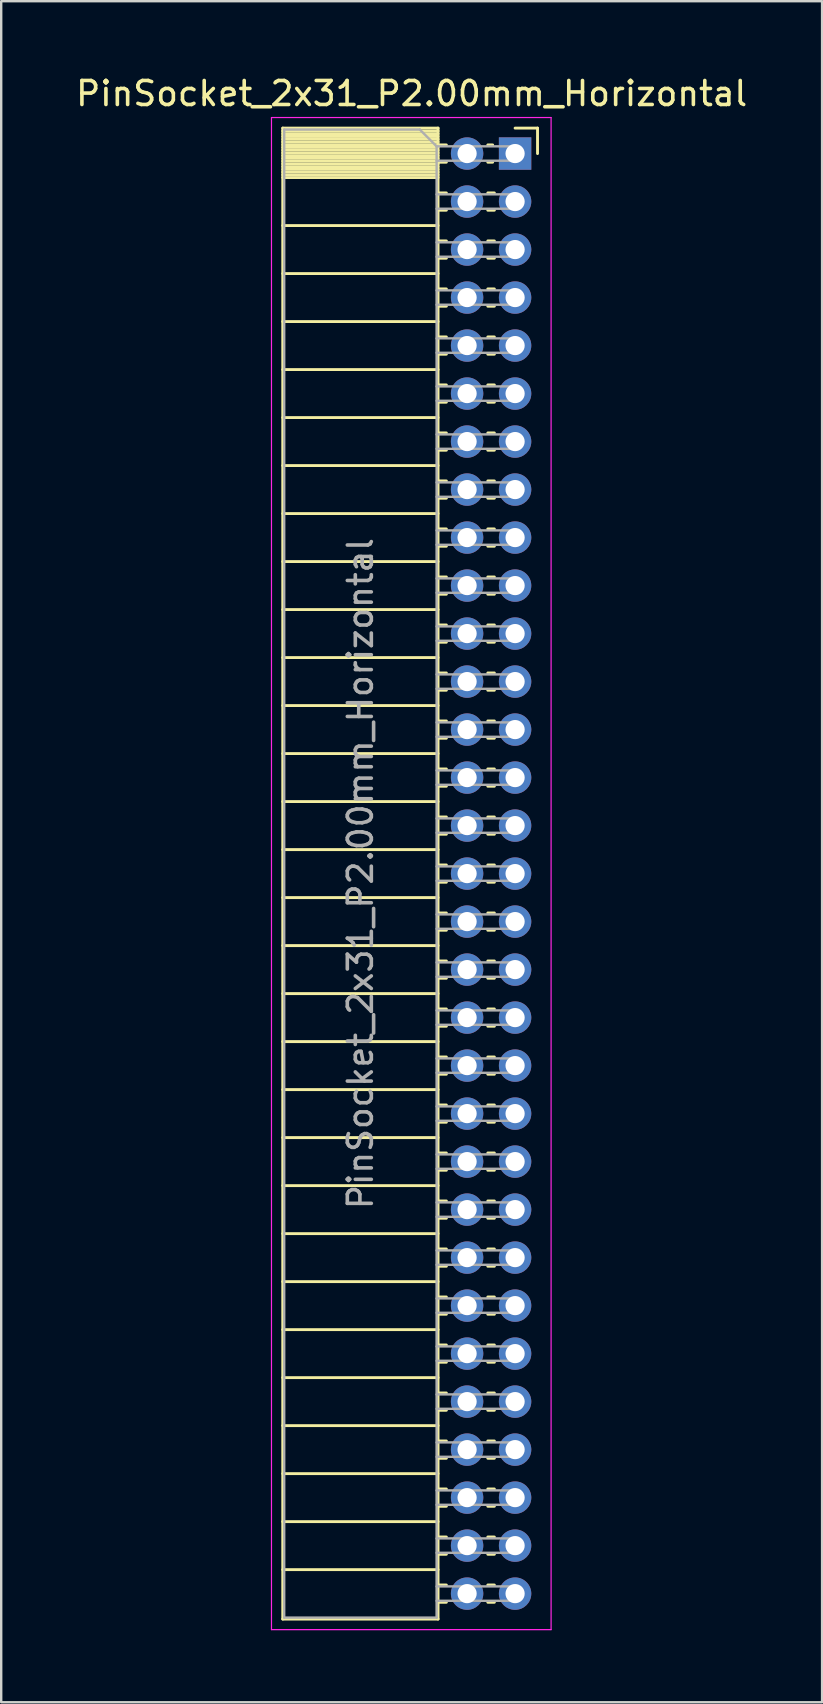
<source format=kicad_pcb>
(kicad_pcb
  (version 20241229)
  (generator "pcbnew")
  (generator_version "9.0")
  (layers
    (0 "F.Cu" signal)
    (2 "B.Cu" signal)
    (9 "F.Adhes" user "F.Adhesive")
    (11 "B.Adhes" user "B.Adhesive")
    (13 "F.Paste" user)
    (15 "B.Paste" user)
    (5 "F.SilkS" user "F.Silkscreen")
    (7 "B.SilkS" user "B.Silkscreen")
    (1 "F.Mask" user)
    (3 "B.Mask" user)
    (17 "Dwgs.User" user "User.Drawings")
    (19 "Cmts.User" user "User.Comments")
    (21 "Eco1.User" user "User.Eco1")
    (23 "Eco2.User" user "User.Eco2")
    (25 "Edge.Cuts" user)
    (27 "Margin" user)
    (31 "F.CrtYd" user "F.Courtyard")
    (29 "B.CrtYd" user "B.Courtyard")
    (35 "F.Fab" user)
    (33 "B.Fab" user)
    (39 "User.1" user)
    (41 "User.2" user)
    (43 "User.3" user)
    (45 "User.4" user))
  (footprint "PinSocket_2x31_P2.00mm_Horizontal"
    (layer "F.Cu")
    (at 18.411 3.348)
    (property "Reference" "PinSocket_2x31_P2.00mm_Horizontal" (at -4.31 -2.5 0) (layer "F.SilkS") (effects (font (size 1 1) (thickness 0.15))))
    (attr through_hole)
    (fp_line (start -9.68 -1.06) (end -9.68 61.06) (stroke (width 0.12) (type solid)) (layer "F.SilkS"))
    (fp_line (start -9.68 -1.06) (end -3.21 -1.06) (stroke (width 0.12) (type solid)) (layer "F.SilkS"))
    (fp_line (start -9.68 -0.94) (end -3.21 -0.94) (stroke (width 0.12) (type solid)) (layer "F.SilkS"))
    (fp_line (start -9.68 -0.826) (end -3.21 -0.826) (stroke (width 0.12) (type solid)) (layer "F.SilkS"))
    (fp_line (start -9.68 -0.712) (end -3.21 -0.712) (stroke (width 0.12) (type solid)) (layer "F.SilkS"))
    (fp_line (start -9.68 -0.598) (end -3.21 -0.598) (stroke (width 0.12) (type solid)) (layer "F.SilkS"))
    (fp_line (start -9.68 -0.484) (end -3.21 -0.484) (stroke (width 0.12) (type solid)) (layer "F.SilkS"))
    (fp_line (start -9.68 -0.369) (end -3.21 -0.369) (stroke (width 0.12) (type solid)) (layer "F.SilkS"))
    (fp_line (start -9.68 -0.255) (end -3.21 -0.255) (stroke (width 0.12) (type solid)) (layer "F.SilkS"))
    (fp_line (start -9.68 -0.141) (end -3.21 -0.141) (stroke (width 0.12) (type solid)) (layer "F.SilkS"))
    (fp_line (start -9.68 -0.027) (end -3.21 -0.027) (stroke (width 0.12) (type solid)) (layer "F.SilkS"))
    (fp_line (start -9.68 0.087) (end -3.21 0.087) (stroke (width 0.12) (type solid)) (layer "F.SilkS"))
    (fp_line (start -9.68 0.201) (end -3.21 0.201) (stroke (width 0.12) (type solid)) (layer "F.SilkS"))
    (fp_line (start -9.68 0.315) (end -3.21 0.315) (stroke (width 0.12) (type solid)) (layer "F.SilkS"))
    (fp_line (start -9.68 0.429) (end -3.21 0.429) (stroke (width 0.12) (type solid)) (layer "F.SilkS"))
    (fp_line (start -9.68 0.544) (end -3.21 0.544) (stroke (width 0.12) (type solid)) (layer "F.SilkS"))
    (fp_line (start -9.68 0.658) (end -3.21 0.658) (stroke (width 0.12) (type solid)) (layer "F.SilkS"))
    (fp_line (start -9.68 0.772) (end -3.21 0.772) (stroke (width 0.12) (type solid)) (layer "F.SilkS"))
    (fp_line (start -9.68 0.886) (end -3.21 0.886) (stroke (width 0.12) (type solid)) (layer "F.SilkS"))
    (fp_line (start -9.68 1) (end -3.21 1) (stroke (width 0.12) (type solid)) (layer "F.SilkS"))
    (fp_line (start -9.68 3) (end -3.21 3) (stroke (width 0.12) (type solid)) (layer "F.SilkS"))
    (fp_line (start -9.68 5) (end -3.21 5) (stroke (width 0.12) (type solid)) (layer "F.SilkS"))
    (fp_line (start -9.68 7) (end -3.21 7) (stroke (width 0.12) (type solid)) (layer "F.SilkS"))
    (fp_line (start -9.68 9) (end -3.21 9) (stroke (width 0.12) (type solid)) (layer "F.SilkS"))
    (fp_line (start -9.68 11) (end -3.21 11) (stroke (width 0.12) (type solid)) (layer "F.SilkS"))
    (fp_line (start -9.68 13) (end -3.21 13) (stroke (width 0.12) (type solid)) (layer "F.SilkS"))
    (fp_line (start -9.68 15) (end -3.21 15) (stroke (width 0.12) (type solid)) (layer "F.SilkS"))
    (fp_line (start -9.68 17) (end -3.21 17) (stroke (width 0.12) (type solid)) (layer "F.SilkS"))
    (fp_line (start -9.68 19) (end -3.21 19) (stroke (width 0.12) (type solid)) (layer "F.SilkS"))
    (fp_line (start -9.68 21) (end -3.21 21) (stroke (width 0.12) (type solid)) (layer "F.SilkS"))
    (fp_line (start -9.68 23) (end -3.21 23) (stroke (width 0.12) (type solid)) (layer "F.SilkS"))
    (fp_line (start -9.68 25) (end -3.21 25) (stroke (width 0.12) (type solid)) (layer "F.SilkS"))
    (fp_line (start -9.68 27) (end -3.21 27) (stroke (width 0.12) (type solid)) (layer "F.SilkS"))
    (fp_line (start -9.68 29) (end -3.21 29) (stroke (width 0.12) (type solid)) (layer "F.SilkS"))
    (fp_line (start -9.68 31) (end -3.21 31) (stroke (width 0.12) (type solid)) (layer "F.SilkS"))
    (fp_line (start -9.68 33) (end -3.21 33) (stroke (width 0.12) (type solid)) (layer "F.SilkS"))
    (fp_line (start -9.68 35) (end -3.21 35) (stroke (width 0.12) (type solid)) (layer "F.SilkS"))
    (fp_line (start -9.68 37) (end -3.21 37) (stroke (width 0.12) (type solid)) (layer "F.SilkS"))
    (fp_line (start -9.68 39) (end -3.21 39) (stroke (width 0.12) (type solid)) (layer "F.SilkS"))
    (fp_line (start -9.68 41) (end -3.21 41) (stroke (width 0.12) (type solid)) (layer "F.SilkS"))
    (fp_line (start -9.68 43) (end -3.21 43) (stroke (width 0.12) (type solid)) (layer "F.SilkS"))
    (fp_line (start -9.68 45) (end -3.21 45) (stroke (width 0.12) (type solid)) (layer "F.SilkS"))
    (fp_line (start -9.68 47) (end -3.21 47) (stroke (width 0.12) (type solid)) (layer "F.SilkS"))
    (fp_line (start -9.68 49) (end -3.21 49) (stroke (width 0.12) (type solid)) (layer "F.SilkS"))
    (fp_line (start -9.68 51) (end -3.21 51) (stroke (width 0.12) (type solid)) (layer "F.SilkS"))
    (fp_line (start -9.68 53) (end -3.21 53) (stroke (width 0.12) (type solid)) (layer "F.SilkS"))
    (fp_line (start -9.68 55) (end -3.21 55) (stroke (width 0.12) (type solid)) (layer "F.SilkS"))
    (fp_line (start -9.68 57) (end -3.21 57) (stroke (width 0.12) (type solid)) (layer "F.SilkS"))
    (fp_line (start -9.68 59) (end -3.21 59) (stroke (width 0.12) (type solid)) (layer "F.SilkS"))
    (fp_line (start -9.68 61.06) (end -3.21 61.06) (stroke (width 0.12) (type solid)) (layer "F.SilkS"))
    (fp_line (start -3.21 -1.06) (end -3.21 61.06) (stroke (width 0.12) (type solid)) (layer "F.SilkS"))
    (fp_line (start -3.21 -0.36) (end -2.863 -0.36) (stroke (width 0.12) (type solid)) (layer "F.SilkS"))
    (fp_line (start -3.21 0.36) (end -2.863 0.36) (stroke (width 0.12) (type solid)) (layer "F.SilkS"))
    (fp_line (start -3.21 1.64) (end -2.863 1.64) (stroke (width 0.12) (type solid)) (layer "F.SilkS"))
    (fp_line (start -3.21 2.36) (end -2.863 2.36) (stroke (width 0.12) (type solid)) (layer "F.SilkS"))
    (fp_line (start -3.21 3.64) (end -2.863 3.64) (stroke (width 0.12) (type solid)) (layer "F.SilkS"))
    (fp_line (start -3.21 4.36) (end -2.863 4.36) (stroke (width 0.12) (type solid)) (layer "F.SilkS"))
    (fp_line (start -3.21 5.64) (end -2.863 5.64) (stroke (width 0.12) (type solid)) (layer "F.SilkS"))
    (fp_line (start -3.21 6.36) (end -2.863 6.36) (stroke (width 0.12) (type solid)) (layer "F.SilkS"))
    (fp_line (start -3.21 7.64) (end -2.863 7.64) (stroke (width 0.12) (type solid)) (layer "F.SilkS"))
    (fp_line (start -3.21 8.36) (end -2.863 8.36) (stroke (width 0.12) (type solid)) (layer "F.SilkS"))
    (fp_line (start -3.21 9.64) (end -2.863 9.64) (stroke (width 0.12) (type solid)) (layer "F.SilkS"))
    (fp_line (start -3.21 10.36) (end -2.863 10.36) (stroke (width 0.12) (type solid)) (layer "F.SilkS"))
    (fp_line (start -3.21 11.64) (end -2.863 11.64) (stroke (width 0.12) (type solid)) (layer "F.SilkS"))
    (fp_line (start -3.21 12.36) (end -2.863 12.36) (stroke (width 0.12) (type solid)) (layer "F.SilkS"))
    (fp_line (start -3.21 13.64) (end -2.863 13.64) (stroke (width 0.12) (type solid)) (layer "F.SilkS"))
    (fp_line (start -3.21 14.36) (end -2.863 14.36) (stroke (width 0.12) (type solid)) (layer "F.SilkS"))
    (fp_line (start -3.21 15.64) (end -2.863 15.64) (stroke (width 0.12) (type solid)) (layer "F.SilkS"))
    (fp_line (start -3.21 16.36) (end -2.863 16.36) (stroke (width 0.12) (type solid)) (layer "F.SilkS"))
    (fp_line (start -3.21 17.64) (end -2.863 17.64) (stroke (width 0.12) (type solid)) (layer "F.SilkS"))
    (fp_line (start -3.21 18.36) (end -2.863 18.36) (stroke (width 0.12) (type solid)) (layer "F.SilkS"))
    (fp_line (start -3.21 19.64) (end -2.863 19.64) (stroke (width 0.12) (type solid)) (layer "F.SilkS"))
    (fp_line (start -3.21 20.36) (end -2.863 20.36) (stroke (width 0.12) (type solid)) (layer "F.SilkS"))
    (fp_line (start -3.21 21.64) (end -2.863 21.64) (stroke (width 0.12) (type solid)) (layer "F.SilkS"))
    (fp_line (start -3.21 22.36) (end -2.863 22.36) (stroke (width 0.12) (type solid)) (layer "F.SilkS"))
    (fp_line (start -3.21 23.64) (end -2.863 23.64) (stroke (width 0.12) (type solid)) (layer "F.SilkS"))
    (fp_line (start -3.21 24.36) (end -2.863 24.36) (stroke (width 0.12) (type solid)) (layer "F.SilkS"))
    (fp_line (start -3.21 25.64) (end -2.863 25.64) (stroke (width 0.12) (type solid)) (layer "F.SilkS"))
    (fp_line (start -3.21 26.36) (end -2.863 26.36) (stroke (width 0.12) (type solid)) (layer "F.SilkS"))
    (fp_line (start -3.21 27.64) (end -2.863 27.64) (stroke (width 0.12) (type solid)) (layer "F.SilkS"))
    (fp_line (start -3.21 28.36) (end -2.863 28.36) (stroke (width 0.12) (type solid)) (layer "F.SilkS"))
    (fp_line (start -3.21 29.64) (end -2.863 29.64) (stroke (width 0.12) (type solid)) (layer "F.SilkS"))
    (fp_line (start -3.21 30.36) (end -2.863 30.36) (stroke (width 0.12) (type solid)) (layer "F.SilkS"))
    (fp_line (start -3.21 31.64) (end -2.863 31.64) (stroke (width 0.12) (type solid)) (layer "F.SilkS"))
    (fp_line (start -3.21 32.36) (end -2.863 32.36) (stroke (width 0.12) (type solid)) (layer "F.SilkS"))
    (fp_line (start -3.21 33.64) (end -2.863 33.64) (stroke (width 0.12) (type solid)) (layer "F.SilkS"))
    (fp_line (start -3.21 34.36) (end -2.863 34.36) (stroke (width 0.12) (type solid)) (layer "F.SilkS"))
    (fp_line (start -3.21 35.64) (end -2.863 35.64) (stroke (width 0.12) (type solid)) (layer "F.SilkS"))
    (fp_line (start -3.21 36.36) (end -2.863 36.36) (stroke (width 0.12) (type solid)) (layer "F.SilkS"))
    (fp_line (start -3.21 37.64) (end -2.863 37.64) (stroke (width 0.12) (type solid)) (layer "F.SilkS"))
    (fp_line (start -3.21 38.36) (end -2.863 38.36) (stroke (width 0.12) (type solid)) (layer "F.SilkS"))
    (fp_line (start -3.21 39.64) (end -2.863 39.64) (stroke (width 0.12) (type solid)) (layer "F.SilkS"))
    (fp_line (start -3.21 40.36) (end -2.863 40.36) (stroke (width 0.12) (type solid)) (layer "F.SilkS"))
    (fp_line (start -3.21 41.64) (end -2.863 41.64) (stroke (width 0.12) (type solid)) (layer "F.SilkS"))
    (fp_line (start -3.21 42.36) (end -2.863 42.36) (stroke (width 0.12) (type solid)) (layer "F.SilkS"))
    (fp_line (start -3.21 43.64) (end -2.863 43.64) (stroke (width 0.12) (type solid)) (layer "F.SilkS"))
    (fp_line (start -3.21 44.36) (end -2.863 44.36) (stroke (width 0.12) (type solid)) (layer "F.SilkS"))
    (fp_line (start -3.21 45.64) (end -2.863 45.64) (stroke (width 0.12) (type solid)) (layer "F.SilkS"))
    (fp_line (start -3.21 46.36) (end -2.863 46.36) (stroke (width 0.12) (type solid)) (layer "F.SilkS"))
    (fp_line (start -3.21 47.64) (end -2.863 47.64) (stroke (width 0.12) (type solid)) (layer "F.SilkS"))
    (fp_line (start -3.21 48.36) (end -2.863 48.36) (stroke (width 0.12) (type solid)) (layer "F.SilkS"))
    (fp_line (start -3.21 49.64) (end -2.863 49.64) (stroke (width 0.12) (type solid)) (layer "F.SilkS"))
    (fp_line (start -3.21 50.36) (end -2.863 50.36) (stroke (width 0.12) (type solid)) (layer "F.SilkS"))
    (fp_line (start -3.21 51.64) (end -2.863 51.64) (stroke (width 0.12) (type solid)) (layer "F.SilkS"))
    (fp_line (start -3.21 52.36) (end -2.863 52.36) (stroke (width 0.12) (type solid)) (layer "F.SilkS"))
    (fp_line (start -3.21 53.64) (end -2.863 53.64) (stroke (width 0.12) (type solid)) (layer "F.SilkS"))
    (fp_line (start -3.21 54.36) (end -2.863 54.36) (stroke (width 0.12) (type solid)) (layer "F.SilkS"))
    (fp_line (start -3.21 55.64) (end -2.863 55.64) (stroke (width 0.12) (type solid)) (layer "F.SilkS"))
    (fp_line (start -3.21 56.36) (end -2.863 56.36) (stroke (width 0.12) (type solid)) (layer "F.SilkS"))
    (fp_line (start -3.21 57.64) (end -2.863 57.64) (stroke (width 0.12) (type solid)) (layer "F.SilkS"))
    (fp_line (start -3.21 58.36) (end -2.863 58.36) (stroke (width 0.12) (type solid)) (layer "F.SilkS"))
    (fp_line (start -3.21 59.64) (end -2.863 59.64) (stroke (width 0.12) (type solid)) (layer "F.SilkS"))
    (fp_line (start -3.21 60.36) (end -2.863 60.36) (stroke (width 0.12) (type solid)) (layer "F.SilkS"))
    (fp_line (start -1.137 -0.36) (end -0.935 -0.36) (stroke (width 0.12) (type solid)) (layer "F.SilkS"))
    (fp_line (start -1.137 0.36) (end -0.935 0.36) (stroke (width 0.12) (type solid)) (layer "F.SilkS"))
    (fp_line (start -1.137 1.64) (end -0.863 1.64) (stroke (width 0.12) (type solid)) (layer "F.SilkS"))
    (fp_line (start -1.137 2.36) (end -0.863 2.36) (stroke (width 0.12) (type solid)) (layer "F.SilkS"))
    (fp_line (start -1.137 3.64) (end -0.863 3.64) (stroke (width 0.12) (type solid)) (layer "F.SilkS"))
    (fp_line (start -1.137 4.36) (end -0.863 4.36) (stroke (width 0.12) (type solid)) (layer "F.SilkS"))
    (fp_line (start -1.137 5.64) (end -0.863 5.64) (stroke (width 0.12) (type solid)) (layer "F.SilkS"))
    (fp_line (start -1.137 6.36) (end -0.863 6.36) (stroke (width 0.12) (type solid)) (layer "F.SilkS"))
    (fp_line (start -1.137 7.64) (end -0.863 7.64) (stroke (width 0.12) (type solid)) (layer "F.SilkS"))
    (fp_line (start -1.137 8.36) (end -0.863 8.36) (stroke (width 0.12) (type solid)) (layer "F.SilkS"))
    (fp_line (start -1.137 9.64) (end -0.863 9.64) (stroke (width 0.12) (type solid)) (layer "F.SilkS"))
    (fp_line (start -1.137 10.36) (end -0.863 10.36) (stroke (width 0.12) (type solid)) (layer "F.SilkS"))
    (fp_line (start -1.137 11.64) (end -0.863 11.64) (stroke (width 0.12) (type solid)) (layer "F.SilkS"))
    (fp_line (start -1.137 12.36) (end -0.863 12.36) (stroke (width 0.12) (type solid)) (layer "F.SilkS"))
    (fp_line (start -1.137 13.64) (end -0.863 13.64) (stroke (width 0.12) (type solid)) (layer "F.SilkS"))
    (fp_line (start -1.137 14.36) (end -0.863 14.36) (stroke (width 0.12) (type solid)) (layer "F.SilkS"))
    (fp_line (start -1.137 15.64) (end -0.863 15.64) (stroke (width 0.12) (type solid)) (layer "F.SilkS"))
    (fp_line (start -1.137 16.36) (end -0.863 16.36) (stroke (width 0.12) (type solid)) (layer "F.SilkS"))
    (fp_line (start -1.137 17.64) (end -0.863 17.64) (stroke (width 0.12) (type solid)) (layer "F.SilkS"))
    (fp_line (start -1.137 18.36) (end -0.863 18.36) (stroke (width 0.12) (type solid)) (layer "F.SilkS"))
    (fp_line (start -1.137 19.64) (end -0.863 19.64) (stroke (width 0.12) (type solid)) (layer "F.SilkS"))
    (fp_line (start -1.137 20.36) (end -0.863 20.36) (stroke (width 0.12) (type solid)) (layer "F.SilkS"))
    (fp_line (start -1.137 21.64) (end -0.863 21.64) (stroke (width 0.12) (type solid)) (layer "F.SilkS"))
    (fp_line (start -1.137 22.36) (end -0.863 22.36) (stroke (width 0.12) (type solid)) (layer "F.SilkS"))
    (fp_line (start -1.137 23.64) (end -0.863 23.64) (stroke (width 0.12) (type solid)) (layer "F.SilkS"))
    (fp_line (start -1.137 24.36) (end -0.863 24.36) (stroke (width 0.12) (type solid)) (layer "F.SilkS"))
    (fp_line (start -1.137 25.64) (end -0.863 25.64) (stroke (width 0.12) (type solid)) (layer "F.SilkS"))
    (fp_line (start -1.137 26.36) (end -0.863 26.36) (stroke (width 0.12) (type solid)) (layer "F.SilkS"))
    (fp_line (start -1.137 27.64) (end -0.863 27.64) (stroke (width 0.12) (type solid)) (layer "F.SilkS"))
    (fp_line (start -1.137 28.36) (end -0.863 28.36) (stroke (width 0.12) (type solid)) (layer "F.SilkS"))
    (fp_line (start -1.137 29.64) (end -0.863 29.64) (stroke (width 0.12) (type solid)) (layer "F.SilkS"))
    (fp_line (start -1.137 30.36) (end -0.863 30.36) (stroke (width 0.12) (type solid)) (layer "F.SilkS"))
    (fp_line (start -1.137 31.64) (end -0.863 31.64) (stroke (width 0.12) (type solid)) (layer "F.SilkS"))
    (fp_line (start -1.137 32.36) (end -0.863 32.36) (stroke (width 0.12) (type solid)) (layer "F.SilkS"))
    (fp_line (start -1.137 33.64) (end -0.863 33.64) (stroke (width 0.12) (type solid)) (layer "F.SilkS"))
    (fp_line (start -1.137 34.36) (end -0.863 34.36) (stroke (width 0.12) (type solid)) (layer "F.SilkS"))
    (fp_line (start -1.137 35.64) (end -0.863 35.64) (stroke (width 0.12) (type solid)) (layer "F.SilkS"))
    (fp_line (start -1.137 36.36) (end -0.863 36.36) (stroke (width 0.12) (type solid)) (layer "F.SilkS"))
    (fp_line (start -1.137 37.64) (end -0.863 37.64) (stroke (width 0.12) (type solid)) (layer "F.SilkS"))
    (fp_line (start -1.137 38.36) (end -0.863 38.36) (stroke (width 0.12) (type solid)) (layer "F.SilkS"))
    (fp_line (start -1.137 39.64) (end -0.863 39.64) (stroke (width 0.12) (type solid)) (layer "F.SilkS"))
    (fp_line (start -1.137 40.36) (end -0.863 40.36) (stroke (width 0.12) (type solid)) (layer "F.SilkS"))
    (fp_line (start -1.137 41.64) (end -0.863 41.64) (stroke (width 0.12) (type solid)) (layer "F.SilkS"))
    (fp_line (start -1.137 42.36) (end -0.863 42.36) (stroke (width 0.12) (type solid)) (layer "F.SilkS"))
    (fp_line (start -1.137 43.64) (end -0.863 43.64) (stroke (width 0.12) (type solid)) (layer "F.SilkS"))
    (fp_line (start -1.137 44.36) (end -0.863 44.36) (stroke (width 0.12) (type solid)) (layer "F.SilkS"))
    (fp_line (start -1.137 45.64) (end -0.863 45.64) (stroke (width 0.12) (type solid)) (layer "F.SilkS"))
    (fp_line (start -1.137 46.36) (end -0.863 46.36) (stroke (width 0.12) (type solid)) (layer "F.SilkS"))
    (fp_line (start -1.137 47.64) (end -0.863 47.64) (stroke (width 0.12) (type solid)) (layer "F.SilkS"))
    (fp_line (start -1.137 48.36) (end -0.863 48.36) (stroke (width 0.12) (type solid)) (layer "F.SilkS"))
    (fp_line (start -1.137 49.64) (end -0.863 49.64) (stroke (width 0.12) (type solid)) (layer "F.SilkS"))
    (fp_line (start -1.137 50.36) (end -0.863 50.36) (stroke (width 0.12) (type solid)) (layer "F.SilkS"))
    (fp_line (start -1.137 51.64) (end -0.863 51.64) (stroke (width 0.12) (type solid)) (layer "F.SilkS"))
    (fp_line (start -1.137 52.36) (end -0.863 52.36) (stroke (width 0.12) (type solid)) (layer "F.SilkS"))
    (fp_line (start -1.137 53.64) (end -0.863 53.64) (stroke (width 0.12) (type solid)) (layer "F.SilkS"))
    (fp_line (start -1.137 54.36) (end -0.863 54.36) (stroke (width 0.12) (type solid)) (layer "F.SilkS"))
    (fp_line (start -1.137 55.64) (end -0.863 55.64) (stroke (width 0.12) (type solid)) (layer "F.SilkS"))
    (fp_line (start -1.137 56.36) (end -0.863 56.36) (stroke (width 0.12) (type solid)) (layer "F.SilkS"))
    (fp_line (start -1.137 57.64) (end -0.863 57.64) (stroke (width 0.12) (type solid)) (layer "F.SilkS"))
    (fp_line (start -1.137 58.36) (end -0.863 58.36) (stroke (width 0.12) (type solid)) (layer "F.SilkS"))
    (fp_line (start -1.137 59.64) (end -0.863 59.64) (stroke (width 0.12) (type solid)) (layer "F.SilkS"))
    (fp_line (start -1.137 60.36) (end -0.863 60.36) (stroke (width 0.12) (type solid)) (layer "F.SilkS"))
    (fp_line (start 0 -1.06) (end 0.935 -1.06) (stroke (width 0.12) (type solid)) (layer "F.SilkS"))
    (fp_line (start 0.935 -1.06) (end 0.935 0) (stroke (width 0.12) (type solid)) (layer "F.SilkS"))
    (fp_line (start -10.15 -1.5) (end -10.15 61.5) (stroke (width 0.05) (type solid)) (layer "F.CrtYd"))
    (fp_line (start -10.15 61.5) (end 1.5 61.5) (stroke (width 0.05) (type solid)) (layer "F.CrtYd"))
    (fp_line (start 1.5 -1.5) (end -10.15 -1.5) (stroke (width 0.05) (type solid)) (layer "F.CrtYd"))
    (fp_line (start 1.5 61.5) (end 1.5 -1.5) (stroke (width 0.05) (type solid)) (layer "F.CrtYd"))
    (fp_line (start -9.62 -1) (end -3.97 -1) (stroke (width 0.1) (type solid)) (layer "F.Fab"))
    (fp_line (start -9.62 61) (end -9.62 -1) (stroke (width 0.1) (type solid)) (layer "F.Fab"))
    (fp_line (start -3.97 -1) (end -3.27 -0.3) (stroke (width 0.1) (type solid)) (layer "F.Fab"))
    (fp_line (start -3.27 -0.3) (end -3.27 61) (stroke (width 0.1) (type solid)) (layer "F.Fab"))
    (fp_line (start -3.27 0.3) (end 0 0.3) (stroke (width 0.1) (type solid)) (layer "F.Fab"))
    (fp_line (start -3.27 2.3) (end 0 2.3) (stroke (width 0.1) (type solid)) (layer "F.Fab"))
    (fp_line (start -3.27 4.3) (end 0 4.3) (stroke (width 0.1) (type solid)) (layer "F.Fab"))
    (fp_line (start -3.27 6.3) (end 0 6.3) (stroke (width 0.1) (type solid)) (layer "F.Fab"))
    (fp_line (start -3.27 8.3) (end 0 8.3) (stroke (width 0.1) (type solid)) (layer "F.Fab"))
    (fp_line (start -3.27 10.3) (end 0 10.3) (stroke (width 0.1) (type solid)) (layer "F.Fab"))
    (fp_line (start -3.27 12.3) (end 0 12.3) (stroke (width 0.1) (type solid)) (layer "F.Fab"))
    (fp_line (start -3.27 14.3) (end 0 14.3) (stroke (width 0.1) (type solid)) (layer "F.Fab"))
    (fp_line (start -3.27 16.3) (end 0 16.3) (stroke (width 0.1) (type solid)) (layer "F.Fab"))
    (fp_line (start -3.27 18.3) (end 0 18.3) (stroke (width 0.1) (type solid)) (layer "F.Fab"))
    (fp_line (start -3.27 20.3) (end 0 20.3) (stroke (width 0.1) (type solid)) (layer "F.Fab"))
    (fp_line (start -3.27 22.3) (end 0 22.3) (stroke (width 0.1) (type solid)) (layer "F.Fab"))
    (fp_line (start -3.27 24.3) (end 0 24.3) (stroke (width 0.1) (type solid)) (layer "F.Fab"))
    (fp_line (start -3.27 26.3) (end 0 26.3) (stroke (width 0.1) (type solid)) (layer "F.Fab"))
    (fp_line (start -3.27 28.3) (end 0 28.3) (stroke (width 0.1) (type solid)) (layer "F.Fab"))
    (fp_line (start -3.27 30.3) (end 0 30.3) (stroke (width 0.1) (type solid)) (layer "F.Fab"))
    (fp_line (start -3.27 32.3) (end 0 32.3) (stroke (width 0.1) (type solid)) (layer "F.Fab"))
    (fp_line (start -3.27 34.3) (end 0 34.3) (stroke (width 0.1) (type solid)) (layer "F.Fab"))
    (fp_line (start -3.27 36.3) (end 0 36.3) (stroke (width 0.1) (type solid)) (layer "F.Fab"))
    (fp_line (start -3.27 38.3) (end 0 38.3) (stroke (width 0.1) (type solid)) (layer "F.Fab"))
    (fp_line (start -3.27 40.3) (end 0 40.3) (stroke (width 0.1) (type solid)) (layer "F.Fab"))
    (fp_line (start -3.27 42.3) (end 0 42.3) (stroke (width 0.1) (type solid)) (layer "F.Fab"))
    (fp_line (start -3.27 44.3) (end 0 44.3) (stroke (width 0.1) (type solid)) (layer "F.Fab"))
    (fp_line (start -3.27 46.3) (end 0 46.3) (stroke (width 0.1) (type solid)) (layer "F.Fab"))
    (fp_line (start -3.27 48.3) (end 0 48.3) (stroke (width 0.1) (type solid)) (layer "F.Fab"))
    (fp_line (start -3.27 50.3) (end 0 50.3) (stroke (width 0.1) (type solid)) (layer "F.Fab"))
    (fp_line (start -3.27 52.3) (end 0 52.3) (stroke (width 0.1) (type solid)) (layer "F.Fab"))
    (fp_line (start -3.27 54.3) (end 0 54.3) (stroke (width 0.1) (type solid)) (layer "F.Fab"))
    (fp_line (start -3.27 56.3) (end 0 56.3) (stroke (width 0.1) (type solid)) (layer "F.Fab"))
    (fp_line (start -3.27 58.3) (end 0 58.3) (stroke (width 0.1) (type solid)) (layer "F.Fab"))
    (fp_line (start -3.27 60.3) (end 0 60.3) (stroke (width 0.1) (type solid)) (layer "F.Fab"))
    (fp_line (start -3.27 61) (end -9.62 61) (stroke (width 0.1) (type solid)) (layer "F.Fab"))
    (fp_line (start 0 -0.3) (end -3.27 -0.3) (stroke (width 0.1) (type solid)) (layer "F.Fab"))
    (fp_line (start 0 0.3) (end 0 -0.3) (stroke (width 0.1) (type solid)) (layer "F.Fab"))
    (fp_line (start 0 1.7) (end -3.27 1.7) (stroke (width 0.1) (type solid)) (layer "F.Fab"))
    (fp_line (start 0 2.3) (end 0 1.7) (stroke (width 0.1) (type solid)) (layer "F.Fab"))
    (fp_line (start 0 3.7) (end -3.27 3.7) (stroke (width 0.1) (type solid)) (layer "F.Fab"))
    (fp_line (start 0 4.3) (end 0 3.7) (stroke (width 0.1) (type solid)) (layer "F.Fab"))
    (fp_line (start 0 5.7) (end -3.27 5.7) (stroke (width 0.1) (type solid)) (layer "F.Fab"))
    (fp_line (start 0 6.3) (end 0 5.7) (stroke (width 0.1) (type solid)) (layer "F.Fab"))
    (fp_line (start 0 7.7) (end -3.27 7.7) (stroke (width 0.1) (type solid)) (layer "F.Fab"))
    (fp_line (start 0 8.3) (end 0 7.7) (stroke (width 0.1) (type solid)) (layer "F.Fab"))
    (fp_line (start 0 9.7) (end -3.27 9.7) (stroke (width 0.1) (type solid)) (layer "F.Fab"))
    (fp_line (start 0 10.3) (end 0 9.7) (stroke (width 0.1) (type solid)) (layer "F.Fab"))
    (fp_line (start 0 11.7) (end -3.27 11.7) (stroke (width 0.1) (type solid)) (layer "F.Fab"))
    (fp_line (start 0 12.3) (end 0 11.7) (stroke (width 0.1) (type solid)) (layer "F.Fab"))
    (fp_line (start 0 13.7) (end -3.27 13.7) (stroke (width 0.1) (type solid)) (layer "F.Fab"))
    (fp_line (start 0 14.3) (end 0 13.7) (stroke (width 0.1) (type solid)) (layer "F.Fab"))
    (fp_line (start 0 15.7) (end -3.27 15.7) (stroke (width 0.1) (type solid)) (layer "F.Fab"))
    (fp_line (start 0 16.3) (end 0 15.7) (stroke (width 0.1) (type solid)) (layer "F.Fab"))
    (fp_line (start 0 17.7) (end -3.27 17.7) (stroke (width 0.1) (type solid)) (layer "F.Fab"))
    (fp_line (start 0 18.3) (end 0 17.7) (stroke (width 0.1) (type solid)) (layer "F.Fab"))
    (fp_line (start 0 19.7) (end -3.27 19.7) (stroke (width 0.1) (type solid)) (layer "F.Fab"))
    (fp_line (start 0 20.3) (end 0 19.7) (stroke (width 0.1) (type solid)) (layer "F.Fab"))
    (fp_line (start 0 21.7) (end -3.27 21.7) (stroke (width 0.1) (type solid)) (layer "F.Fab"))
    (fp_line (start 0 22.3) (end 0 21.7) (stroke (width 0.1) (type solid)) (layer "F.Fab"))
    (fp_line (start 0 23.7) (end -3.27 23.7) (stroke (width 0.1) (type solid)) (layer "F.Fab"))
    (fp_line (start 0 24.3) (end 0 23.7) (stroke (width 0.1) (type solid)) (layer "F.Fab"))
    (fp_line (start 0 25.7) (end -3.27 25.7) (stroke (width 0.1) (type solid)) (layer "F.Fab"))
    (fp_line (start 0 26.3) (end 0 25.7) (stroke (width 0.1) (type solid)) (layer "F.Fab"))
    (fp_line (start 0 27.7) (end -3.27 27.7) (stroke (width 0.1) (type solid)) (layer "F.Fab"))
    (fp_line (start 0 28.3) (end 0 27.7) (stroke (width 0.1) (type solid)) (layer "F.Fab"))
    (fp_line (start 0 29.7) (end -3.27 29.7) (stroke (width 0.1) (type solid)) (layer "F.Fab"))
    (fp_line (start 0 30.3) (end 0 29.7) (stroke (width 0.1) (type solid)) (layer "F.Fab"))
    (fp_line (start 0 31.7) (end -3.27 31.7) (stroke (width 0.1) (type solid)) (layer "F.Fab"))
    (fp_line (start 0 32.3) (end 0 31.7) (stroke (width 0.1) (type solid)) (layer "F.Fab"))
    (fp_line (start 0 33.7) (end -3.27 33.7) (stroke (width 0.1) (type solid)) (layer "F.Fab"))
    (fp_line (start 0 34.3) (end 0 33.7) (stroke (width 0.1) (type solid)) (layer "F.Fab"))
    (fp_line (start 0 35.7) (end -3.27 35.7) (stroke (width 0.1) (type solid)) (layer "F.Fab"))
    (fp_line (start 0 36.3) (end 0 35.7) (stroke (width 0.1) (type solid)) (layer "F.Fab"))
    (fp_line (start 0 37.7) (end -3.27 37.7) (stroke (width 0.1) (type solid)) (layer "F.Fab"))
    (fp_line (start 0 38.3) (end 0 37.7) (stroke (width 0.1) (type solid)) (layer "F.Fab"))
    (fp_line (start 0 39.7) (end -3.27 39.7) (stroke (width 0.1) (type solid)) (layer "F.Fab"))
    (fp_line (start 0 40.3) (end 0 39.7) (stroke (width 0.1) (type solid)) (layer "F.Fab"))
    (fp_line (start 0 41.7) (end -3.27 41.7) (stroke (width 0.1) (type solid)) (layer "F.Fab"))
    (fp_line (start 0 42.3) (end 0 41.7) (stroke (width 0.1) (type solid)) (layer "F.Fab"))
    (fp_line (start 0 43.7) (end -3.27 43.7) (stroke (width 0.1) (type solid)) (layer "F.Fab"))
    (fp_line (start 0 44.3) (end 0 43.7) (stroke (width 0.1) (type solid)) (layer "F.Fab"))
    (fp_line (start 0 45.7) (end -3.27 45.7) (stroke (width 0.1) (type solid)) (layer "F.Fab"))
    (fp_line (start 0 46.3) (end 0 45.7) (stroke (width 0.1) (type solid)) (layer "F.Fab"))
    (fp_line (start 0 47.7) (end -3.27 47.7) (stroke (width 0.1) (type solid)) (layer "F.Fab"))
    (fp_line (start 0 48.3) (end 0 47.7) (stroke (width 0.1) (type solid)) (layer "F.Fab"))
    (fp_line (start 0 49.7) (end -3.27 49.7) (stroke (width 0.1) (type solid)) (layer "F.Fab"))
    (fp_line (start 0 50.3) (end 0 49.7) (stroke (width 0.1) (type solid)) (layer "F.Fab"))
    (fp_line (start 0 51.7) (end -3.27 51.7) (stroke (width 0.1) (type solid)) (layer "F.Fab"))
    (fp_line (start 0 52.3) (end 0 51.7) (stroke (width 0.1) (type solid)) (layer "F.Fab"))
    (fp_line (start 0 53.7) (end -3.27 53.7) (stroke (width 0.1) (type solid)) (layer "F.Fab"))
    (fp_line (start 0 54.3) (end 0 53.7) (stroke (width 0.1) (type solid)) (layer "F.Fab"))
    (fp_line (start 0 55.7) (end -3.27 55.7) (stroke (width 0.1) (type solid)) (layer "F.Fab"))
    (fp_line (start 0 56.3) (end 0 55.7) (stroke (width 0.1) (type solid)) (layer "F.Fab"))
    (fp_line (start 0 57.7) (end -3.27 57.7) (stroke (width 0.1) (type solid)) (layer "F.Fab"))
    (fp_line (start 0 58.3) (end 0 57.7) (stroke (width 0.1) (type solid)) (layer "F.Fab"))
    (fp_line (start 0 59.7) (end -3.27 59.7) (stroke (width 0.1) (type solid)) (layer "F.Fab"))
    (fp_line (start 0 60.3) (end 0 59.7) (stroke (width 0.1) (type solid)) (layer "F.Fab"))
    (fp_text user "${REFERENCE}" (at -6.445 30 90) (layer "F.Fab") (effects (font (size 1 1) (thickness 0.15))))
    (pad "1" thru_hole rect (at 0 0) (size 1.35 1.35) (drill 0.8) (layers "*.Cu" "*.Mask"))
    (pad "2" thru_hole circle (at -2 0) (size 1.35 1.35) (drill 0.8) (layers "*.Cu" "*.Mask"))
    (pad "3" thru_hole circle (at 0 2) (size 1.35 1.35) (drill 0.8) (layers "*.Cu" "*.Mask"))
    (pad "4" thru_hole circle (at -2 2) (size 1.35 1.35) (drill 0.8) (layers "*.Cu" "*.Mask"))
    (pad "5" thru_hole circle (at 0 4) (size 1.35 1.35) (drill 0.8) (layers "*.Cu" "*.Mask"))
    (pad "6" thru_hole circle (at -2 4) (size 1.35 1.35) (drill 0.8) (layers "*.Cu" "*.Mask"))
    (pad "7" thru_hole circle (at 0 6) (size 1.35 1.35) (drill 0.8) (layers "*.Cu" "*.Mask"))
    (pad "8" thru_hole circle (at -2 6) (size 1.35 1.35) (drill 0.8) (layers "*.Cu" "*.Mask"))
    (pad "9" thru_hole circle (at 0 8) (size 1.35 1.35) (drill 0.8) (layers "*.Cu" "*.Mask"))
    (pad "10" thru_hole circle (at -2 8) (size 1.35 1.35) (drill 0.8) (layers "*.Cu" "*.Mask"))
    (pad "11" thru_hole circle (at 0 10) (size 1.35 1.35) (drill 0.8) (layers "*.Cu" "*.Mask"))
    (pad "12" thru_hole circle (at -2 10) (size 1.35 1.35) (drill 0.8) (layers "*.Cu" "*.Mask"))
    (pad "13" thru_hole circle (at 0 12) (size 1.35 1.35) (drill 0.8) (layers "*.Cu" "*.Mask"))
    (pad "14" thru_hole circle (at -2 12) (size 1.35 1.35) (drill 0.8) (layers "*.Cu" "*.Mask"))
    (pad "15" thru_hole circle (at 0 14) (size 1.35 1.35) (drill 0.8) (layers "*.Cu" "*.Mask"))
    (pad "16" thru_hole circle (at -2 14) (size 1.35 1.35) (drill 0.8) (layers "*.Cu" "*.Mask"))
    (pad "17" thru_hole circle (at 0 16) (size 1.35 1.35) (drill 0.8) (layers "*.Cu" "*.Mask"))
    (pad "18" thru_hole circle (at -2 16) (size 1.35 1.35) (drill 0.8) (layers "*.Cu" "*.Mask"))
    (pad "19" thru_hole circle (at 0 18) (size 1.35 1.35) (drill 0.8) (layers "*.Cu" "*.Mask"))
    (pad "20" thru_hole circle (at -2 18) (size 1.35 1.35) (drill 0.8) (layers "*.Cu" "*.Mask"))
    (pad "21" thru_hole circle (at 0 20) (size 1.35 1.35) (drill 0.8) (layers "*.Cu" "*.Mask"))
    (pad "22" thru_hole circle (at -2 20) (size 1.35 1.35) (drill 0.8) (layers "*.Cu" "*.Mask"))
    (pad "23" thru_hole circle (at 0 22) (size 1.35 1.35) (drill 0.8) (layers "*.Cu" "*.Mask"))
    (pad "24" thru_hole circle (at -2 22) (size 1.35 1.35) (drill 0.8) (layers "*.Cu" "*.Mask"))
    (pad "25" thru_hole circle (at 0 24) (size 1.35 1.35) (drill 0.8) (layers "*.Cu" "*.Mask"))
    (pad "26" thru_hole circle (at -2 24) (size 1.35 1.35) (drill 0.8) (layers "*.Cu" "*.Mask"))
    (pad "27" thru_hole circle (at 0 26) (size 1.35 1.35) (drill 0.8) (layers "*.Cu" "*.Mask"))
    (pad "28" thru_hole circle (at -2 26) (size 1.35 1.35) (drill 0.8) (layers "*.Cu" "*.Mask"))
    (pad "29" thru_hole circle (at 0 28) (size 1.35 1.35) (drill 0.8) (layers "*.Cu" "*.Mask"))
    (pad "30" thru_hole circle (at -2 28) (size 1.35 1.35) (drill 0.8) (layers "*.Cu" "*.Mask"))
    (pad "31" thru_hole circle (at 0 30) (size 1.35 1.35) (drill 0.8) (layers "*.Cu" "*.Mask"))
    (pad "32" thru_hole circle (at -2 30) (size 1.35 1.35) (drill 0.8) (layers "*.Cu" "*.Mask"))
    (pad "33" thru_hole circle (at 0 32) (size 1.35 1.35) (drill 0.8) (layers "*.Cu" "*.Mask"))
    (pad "34" thru_hole circle (at -2 32) (size 1.35 1.35) (drill 0.8) (layers "*.Cu" "*.Mask"))
    (pad "35" thru_hole circle (at 0 34) (size 1.35 1.35) (drill 0.8) (layers "*.Cu" "*.Mask"))
    (pad "36" thru_hole circle (at -2 34) (size 1.35 1.35) (drill 0.8) (layers "*.Cu" "*.Mask"))
    (pad "37" thru_hole circle (at 0 36) (size 1.35 1.35) (drill 0.8) (layers "*.Cu" "*.Mask"))
    (pad "38" thru_hole circle (at -2 36) (size 1.35 1.35) (drill 0.8) (layers "*.Cu" "*.Mask"))
    (pad "39" thru_hole circle (at 0 38) (size 1.35 1.35) (drill 0.8) (layers "*.Cu" "*.Mask"))
    (pad "40" thru_hole circle (at -2 38) (size 1.35 1.35) (drill 0.8) (layers "*.Cu" "*.Mask"))
    (pad "41" thru_hole circle (at 0 40) (size 1.35 1.35) (drill 0.8) (layers "*.Cu" "*.Mask"))
    (pad "42" thru_hole circle (at -2 40) (size 1.35 1.35) (drill 0.8) (layers "*.Cu" "*.Mask"))
    (pad "43" thru_hole circle (at 0 42) (size 1.35 1.35) (drill 0.8) (layers "*.Cu" "*.Mask"))
    (pad "44" thru_hole circle (at -2 42) (size 1.35 1.35) (drill 0.8) (layers "*.Cu" "*.Mask"))
    (pad "45" thru_hole circle (at 0 44) (size 1.35 1.35) (drill 0.8) (layers "*.Cu" "*.Mask"))
    (pad "46" thru_hole circle (at -2 44) (size 1.35 1.35) (drill 0.8) (layers "*.Cu" "*.Mask"))
    (pad "47" thru_hole circle (at 0 46) (size 1.35 1.35) (drill 0.8) (layers "*.Cu" "*.Mask"))
    (pad "48" thru_hole circle (at -2 46) (size 1.35 1.35) (drill 0.8) (layers "*.Cu" "*.Mask"))
    (pad "49" thru_hole circle (at 0 48) (size 1.35 1.35) (drill 0.8) (layers "*.Cu" "*.Mask"))
    (pad "50" thru_hole circle (at -2 48) (size 1.35 1.35) (drill 0.8) (layers "*.Cu" "*.Mask"))
    (pad "51" thru_hole circle (at 0 50) (size 1.35 1.35) (drill 0.8) (layers "*.Cu" "*.Mask"))
    (pad "52" thru_hole circle (at -2 50) (size 1.35 1.35) (drill 0.8) (layers "*.Cu" "*.Mask"))
    (pad "53" thru_hole circle (at 0 52) (size 1.35 1.35) (drill 0.8) (layers "*.Cu" "*.Mask"))
    (pad "54" thru_hole circle (at -2 52) (size 1.35 1.35) (drill 0.8) (layers "*.Cu" "*.Mask"))
    (pad "55" thru_hole circle (at 0 54) (size 1.35 1.35) (drill 0.8) (layers "*.Cu" "*.Mask"))
    (pad "56" thru_hole circle (at -2 54) (size 1.35 1.35) (drill 0.8) (layers "*.Cu" "*.Mask"))
    (pad "57" thru_hole circle (at 0 56) (size 1.35 1.35) (drill 0.8) (layers "*.Cu" "*.Mask"))
    (pad "58" thru_hole circle (at -2 56) (size 1.35 1.35) (drill 0.8) (layers "*.Cu" "*.Mask"))
    (pad "59" thru_hole circle (at 0 58) (size 1.35 1.35) (drill 0.8) (layers "*.Cu" "*.Mask"))
    (pad "60" thru_hole circle (at -2 58) (size 1.35 1.35) (drill 0.8) (layers "*.Cu" "*.Mask"))
    (pad "61" thru_hole circle (at 0 60) (size 1.35 1.35) (drill 0.8) (layers "*.Cu" "*.Mask"))
    (pad "62" thru_hole circle (at -2 60) (size 1.35 1.35) (drill 0.8) (layers "*.Cu" "*.Mask")))
  (gr_rect
    (start -3 -3)
    (end 31.202 67.873)
    (stroke (width 0.1) (type default))
    (fill no)
    (layer "Edge.Cuts")))
</source>
